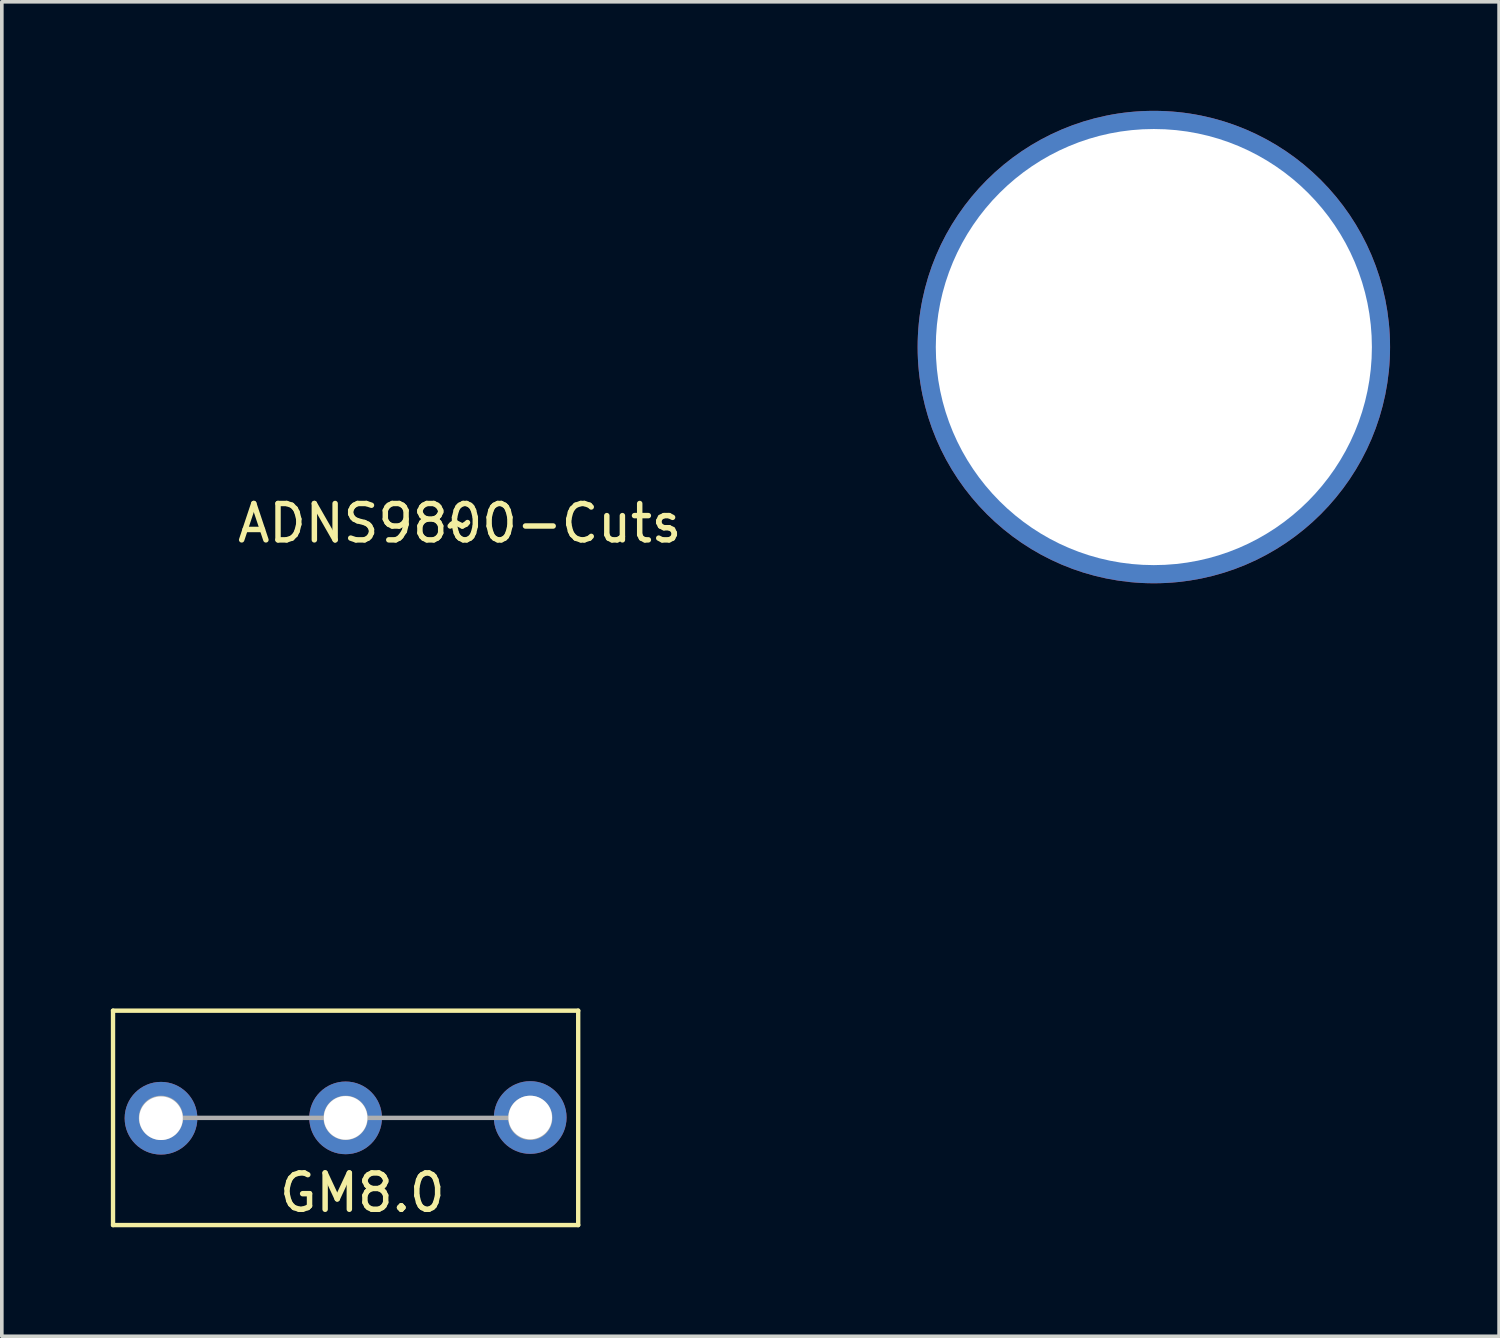
<source format=kicad_pcb>
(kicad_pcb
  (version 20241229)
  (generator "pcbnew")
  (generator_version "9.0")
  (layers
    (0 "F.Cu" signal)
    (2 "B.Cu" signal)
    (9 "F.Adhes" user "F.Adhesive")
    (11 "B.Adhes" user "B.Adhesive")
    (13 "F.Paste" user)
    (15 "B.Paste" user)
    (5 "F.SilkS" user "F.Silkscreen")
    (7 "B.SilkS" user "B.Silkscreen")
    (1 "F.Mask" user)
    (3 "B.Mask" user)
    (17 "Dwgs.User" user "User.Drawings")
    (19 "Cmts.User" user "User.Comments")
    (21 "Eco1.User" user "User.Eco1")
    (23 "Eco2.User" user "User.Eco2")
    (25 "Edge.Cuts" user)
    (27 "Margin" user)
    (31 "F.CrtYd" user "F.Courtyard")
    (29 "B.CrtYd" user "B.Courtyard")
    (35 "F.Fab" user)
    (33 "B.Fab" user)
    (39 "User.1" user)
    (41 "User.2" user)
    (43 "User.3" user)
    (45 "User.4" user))
  (footprint "Encoder_Hole"
    (layer "F.Cu")
    (at 28.7 6.5)
    (property "Reference" "Encoder_Hole" (at 0.07 1.79 0) (layer "F.SilkS") (effects (font (size 1 1) (thickness 0.15))))
    (attr through_hole)
    (pad "" thru_hole circle (at 0 0) (size 13 13) (drill 12) (layers "*.Cu" "*.Mask")))
  (footprint "ADNS9800-Cuts"
    (layer "F.Cu")
    (at 9.6 10.85)
    (property "Reference" "ADNS9800-Cuts" (at 0 0.5 0) (layer "F.SilkS") (effects (font (size 1 1) (thickness 0.15))))
    (attr through_hole)
    (fp_line (start -9.5 -5.75) (end -9.5 5.75) (stroke (width 0.2) (type solid)) (layer "Eco2.User"))
    (fp_line (start -4.5 10.75) (end 4.5 10.75) (stroke (width 0.2) (type solid)) (layer "Eco2.User"))
    (fp_line (start 4.5 -10.75) (end -4.5 -10.75) (stroke (width 0.2) (type solid)) (layer "Eco2.User"))
    (fp_line (start 9.5 5.75) (end 9.5 -5.75) (stroke (width 0.2) (type solid)) (layer "Eco2.User"))
    (fp_arc (start -9.5 -5.749999) (mid -8.035534 -9.285533) (end -4.5 -10.749999) (stroke (width 0.2) (type solid)) (layer "Eco2.User"))
    (fp_arc (start -4.5 10.75) (mid -8.035534 9.285534) (end -9.5 5.75) (stroke (width 0.2) (type solid)) (layer "Eco2.User"))
    (fp_arc (start 4.5 -10.749999) (mid 8.035534 -9.285533) (end 9.5 -5.749999) (stroke (width 0.2) (type solid)) (layer "Eco2.User"))
    (fp_arc (start 9.499999 5.75) (mid 8.035533 9.285534) (end 4.499999 10.75) (stroke (width 0.2) (type solid)) (layer "Eco2.User"))
    (fp_text user "~" (at 0 0.5 0) (layer "F.SilkS") (effects (font (size 1 1) (thickness 0.15)))))
  (footprint "GM8.0"
    (layer "F.Cu")
    (at 6.46 27.71)
    (property "Reference" "GM8.0" (at 0.46 2.06 0) (layer "F.SilkS") (effects (font (size 1 1) (thickness 0.15))))
    (attr through_hole)
    (fp_line (start -6.4 -2.95) (end -6.4 2.95) (stroke (width 0.12) (type solid)) (layer "F.SilkS"))
    (fp_line (start -6.4 2.95) (end 6.4 2.95) (stroke (width 0.12) (type solid)) (layer "F.SilkS"))
    (fp_line (start 6.4 -2.95) (end -6.4 -2.95) (stroke (width 0.12) (type solid)) (layer "F.SilkS"))
    (fp_line (start 6.4 2.95) (end 6.4 -2.95) (stroke (width 0.12) (type solid)) (layer "F.SilkS"))
    (fp_line (start 0 0) (end -5.08 0) (stroke (width 0.12) (type solid)) (layer "F.Fab"))
    (fp_line (start 0 0) (end 5.08 0) (stroke (width 0.12) (type solid)) (layer "F.Fab"))
    (fp_circle (center -5.08 0) (end -4.53 0) (stroke (width 0.12) (type solid)) (fill no) (layer "F.Fab"))
    (fp_circle (center 0 0) (end 0.55 0) (stroke (width 0.12) (type solid)) (fill no) (layer "F.Fab"))
    (fp_circle (center 5.08 0) (end 5.63 0) (stroke (width 0.12) (type solid)) (fill no) (layer "F.Fab"))
    (pad "COM" thru_hole circle (at -5.08 0.01) (size 2 2) (drill 1.2) (layers "*.Cu" "*.Mask"))
    (pad "NC" thru_hole circle (at 5.08 -0.01) (size 2 2) (drill 1.2) (layers "*.Cu" "*.Mask"))
    (pad "NO" thru_hole circle (at 0 0) (size 2 2) (drill 1.2) (layers "*.Cu" "*.Mask")))
  (gr_rect
    (start -3 -3)
    (end 38.2 33.72)
    (stroke (width 0.1) (type default))
    (fill no)
    (layer "Edge.Cuts")))
</source>
